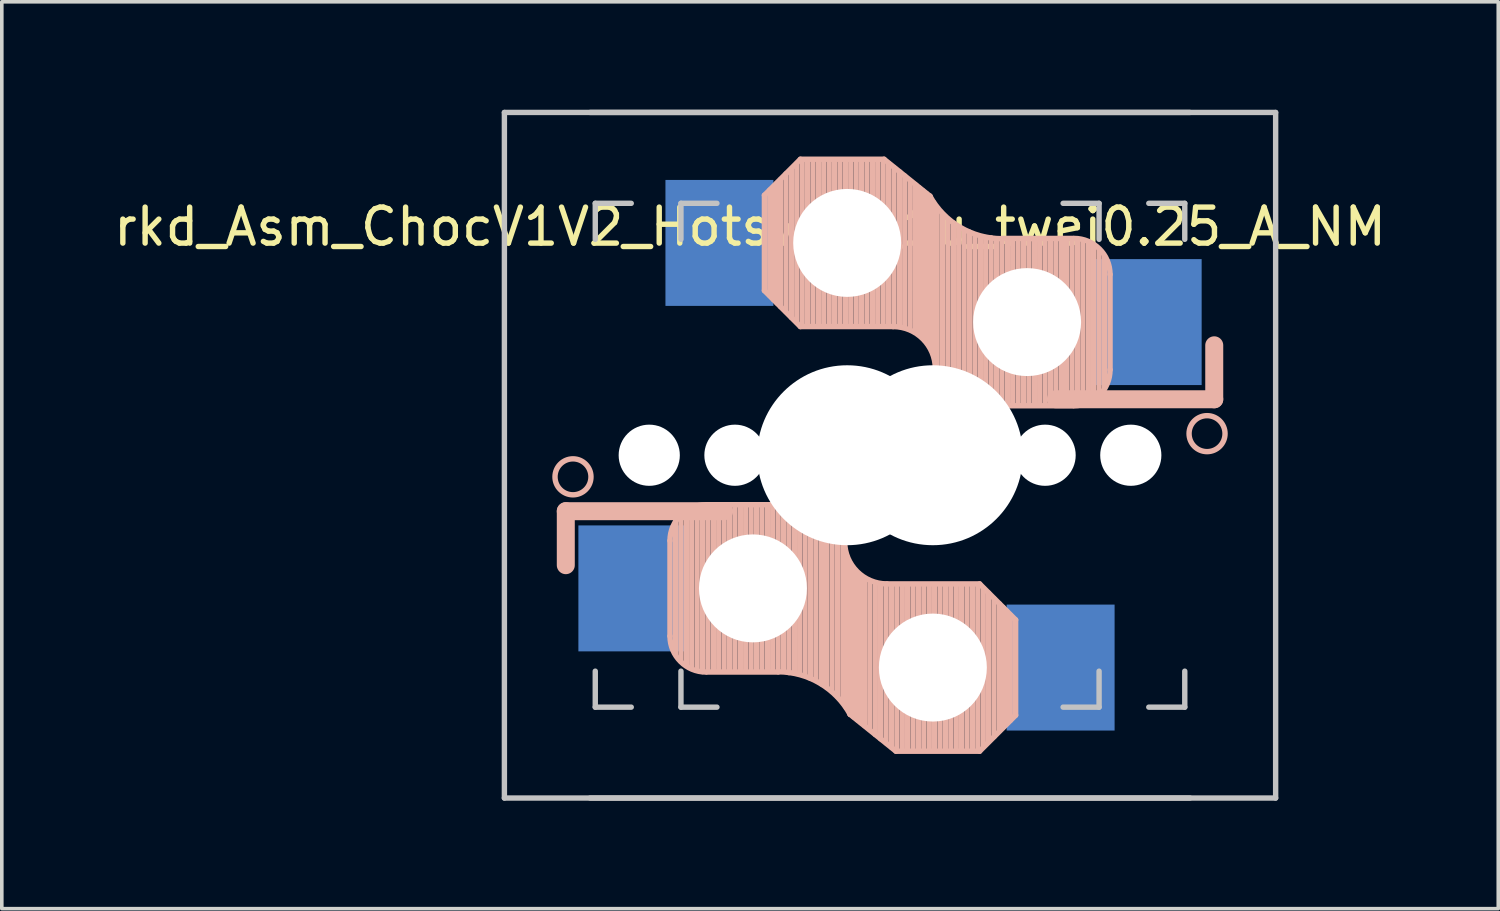
<source format=kicad_pcb>
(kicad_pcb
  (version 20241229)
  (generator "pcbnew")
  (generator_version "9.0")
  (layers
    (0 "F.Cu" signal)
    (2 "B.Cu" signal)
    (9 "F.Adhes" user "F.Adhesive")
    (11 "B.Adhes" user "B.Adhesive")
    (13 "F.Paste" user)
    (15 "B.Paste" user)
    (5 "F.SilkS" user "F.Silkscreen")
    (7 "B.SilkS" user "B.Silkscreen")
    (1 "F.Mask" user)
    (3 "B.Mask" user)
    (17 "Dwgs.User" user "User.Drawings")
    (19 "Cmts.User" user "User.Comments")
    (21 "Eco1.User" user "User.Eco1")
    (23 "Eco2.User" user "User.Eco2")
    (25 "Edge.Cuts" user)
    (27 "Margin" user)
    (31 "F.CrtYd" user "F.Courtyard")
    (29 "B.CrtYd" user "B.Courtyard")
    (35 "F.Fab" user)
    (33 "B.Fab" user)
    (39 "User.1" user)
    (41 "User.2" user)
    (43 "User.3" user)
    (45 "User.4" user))
  (footprint "rkd_Asm_ChocV1V2_Hotswap_1u_twei0.25_A_NM"
    (layer "F.Cu")
    (at 22.872 9.6)
    (property "Reference" "rkd_Asm_ChocV1V2_Hotswap_1u_twei0.25_A_NM" (at -5.08 -6.35 180) (layer "F.SilkS") (effects (font (size 1 1) (thickness 0.15))))
    (attr through_hole)
    (fp_line (start -10.2 1.555) (end -10.2 3.055) (stroke (width 0.5) (type default)) (layer "B.SilkS"))
    (fp_line (start -7.305 2.375) (end -7.305 5.025) (stroke (width 0.15) (type solid)) (layer "B.SilkS"))
    (fp_line (start -7.15 5.53) (end -7.15 1.85) (stroke (width 0.15) (type solid)) (layer "B.SilkS"))
    (fp_line (start -7 5.7) (end -7 1.73) (stroke (width 0.15) (type solid)) (layer "B.SilkS"))
    (fp_line (start -6.85 5.84) (end -6.85 1.7) (stroke (width 0.15) (type solid)) (layer "B.SilkS"))
    (fp_line (start -6.7 5.92) (end -6.7 1.8) (stroke (width 0.15) (type solid)) (layer "B.SilkS"))
    (fp_line (start -6.55 5.97) (end -6.55 1.65) (stroke (width 0.15) (type solid)) (layer "B.SilkS"))
    (fp_line (start -6.4 6.01) (end -6.4 1.5) (stroke (width 0.15) (type solid)) (layer "B.SilkS"))
    (fp_line (start -6.25 6) (end -6.25 1.4) (stroke (width 0.15) (type solid)) (layer "B.SilkS"))
    (fp_line (start -6.1 6) (end -6.1 1.4) (stroke (width 0.15) (type solid)) (layer "B.SilkS"))
    (fp_line (start -5.95 6) (end -5.95 1.4) (stroke (width 0.15) (type solid)) (layer "B.SilkS"))
    (fp_line (start -5.8 1.555) (end -10.2 1.555) (stroke (width 0.5) (type default)) (layer "B.SilkS"))
    (fp_line (start -5.8 6) (end -5.8 1.4) (stroke (width 0.15) (type solid)) (layer "B.SilkS"))
    (fp_line (start -5.65 6) (end -5.65 1.4) (stroke (width 0.15) (type solid)) (layer "B.SilkS"))
    (fp_line (start -5.5 6) (end -5.5 1.4) (stroke (width 0.15) (type solid)) (layer "B.SilkS"))
    (fp_line (start -5.35 6) (end -5.35 1.4) (stroke (width 0.15) (type solid)) (layer "B.SilkS"))
    (fp_line (start -5.2 6) (end -5.2 1.4) (stroke (width 0.15) (type solid)) (layer "B.SilkS"))
    (fp_line (start -5.05 6) (end -5.05 1.4) (stroke (width 0.15) (type solid)) (layer "B.SilkS"))
    (fp_line (start -4.9 6) (end -4.9 1.4) (stroke (width 0.15) (type solid)) (layer "B.SilkS"))
    (fp_line (start -4.75 6) (end -4.75 1.4) (stroke (width 0.15) (type solid)) (layer "B.SilkS"))
    (fp_line (start -4.681 -7.225) (end -3.681 -8.225) (stroke (width 0.15) (type solid)) (layer "B.SilkS"))
    (fp_line (start -4.681 -4.575) (end -4.681 -7.225) (stroke (width 0.15) (type solid)) (layer "B.SilkS"))
    (fp_line (start -4.681 -4.575) (end -3.681 -3.575) (stroke (width 0.15) (type solid)) (layer "B.SilkS"))
    (fp_line (start -4.6 6) (end -4.6 1.4) (stroke (width 0.15) (type solid)) (layer "B.SilkS"))
    (fp_line (start -4.531 -7.37) (end -4.531 -4.44) (stroke (width 0.15) (type solid)) (layer "B.SilkS"))
    (fp_line (start -4.45 6) (end -4.45 1.4) (stroke (width 0.15) (type solid)) (layer "B.SilkS"))
    (fp_line (start -4.431 -7.45) (end -4.431 -4.33) (stroke (width 0.15) (type solid)) (layer "B.SilkS"))
    (fp_line (start -4.331 -7.56) (end -4.331 -4.23) (stroke (width 0.15) (type solid)) (layer "B.SilkS"))
    (fp_line (start -4.3 6) (end -4.3 1.4) (stroke (width 0.15) (type solid)) (layer "B.SilkS"))
    (fp_line (start -4.3 6.025) (end -6.275 6.025) (stroke (width 0.15) (type solid)) (layer "B.SilkS"))
    (fp_line (start -4.231 -7.66) (end -4.231 -4.13) (stroke (width 0.15) (type solid)) (layer "B.SilkS"))
    (fp_line (start -4.15 6) (end -4.15 1.45) (stroke (width 0.15) (type solid)) (layer "B.SilkS"))
    (fp_line (start -4.081 -7.82) (end -4.081 -3.99) (stroke (width 0.15) (type solid)) (layer "B.SilkS"))
    (fp_line (start -4 6.04) (end -4 1.4) (stroke (width 0.15) (type solid)) (layer "B.SilkS"))
    (fp_line (start -3.931 -7.95) (end -3.931 -3.83) (stroke (width 0.15) (type solid)) (layer "B.SilkS"))
    (fp_line (start -3.85 6.05) (end -3.85 1.4) (stroke (width 0.15) (type solid)) (layer "B.SilkS"))
    (fp_line (start -3.781 -8.09) (end -3.781 -3.7) (stroke (width 0.15) (type solid)) (layer "B.SilkS"))
    (fp_line (start -3.7 6.05) (end -3.7 1.45) (stroke (width 0.15) (type solid)) (layer "B.SilkS"))
    (fp_line (start -3.681 -8.225) (end -1.356 -8.225) (stroke (width 0.15) (type solid)) (layer "B.SilkS"))
    (fp_line (start -3.681 -3.575) (end -1.106 -3.575) (stroke (width 0.15) (type solid)) (layer "B.SilkS"))
    (fp_line (start -3.631 -8.2) (end -3.631 -3.6) (stroke (width 0.15) (type solid)) (layer "B.SilkS"))
    (fp_line (start -3.55 6.1) (end -3.55 1.39) (stroke (width 0.15) (type solid)) (layer "B.SilkS"))
    (fp_line (start -3.481 -8.2) (end -3.481 -3.6) (stroke (width 0.15) (type solid)) (layer "B.SilkS"))
    (fp_line (start -3.4 6.2) (end -3.4 1.38) (stroke (width 0.15) (type solid)) (layer "B.SilkS"))
    (fp_line (start -3.331 -8.2) (end -3.331 -3.6) (stroke (width 0.15) (type solid)) (layer "B.SilkS"))
    (fp_line (start -3.311 1.375) (end -6.275 1.375) (stroke (width 0.15) (type solid)) (layer "B.SilkS"))
    (fp_line (start -3.25 6.25) (end -3.25 1.4) (stroke (width 0.15) (type solid)) (layer "B.SilkS"))
    (fp_line (start -3.181 -8.2) (end -3.181 -3.6) (stroke (width 0.15) (type solid)) (layer "B.SilkS"))
    (fp_line (start -3.1 6.35) (end -3.1 1.43) (stroke (width 0.15) (type solid)) (layer "B.SilkS"))
    (fp_line (start -3.031 -8.2) (end -3.031 -3.6) (stroke (width 0.15) (type solid)) (layer "B.SilkS"))
    (fp_line (start -2.95 6.45) (end -2.95 1.48) (stroke (width 0.15) (type solid)) (layer "B.SilkS"))
    (fp_line (start -2.881 -8.2) (end -2.881 -3.6) (stroke (width 0.15) (type solid)) (layer "B.SilkS"))
    (fp_line (start -2.8 6.55) (end -2.8 1.56) (stroke (width 0.15) (type solid)) (layer "B.SilkS"))
    (fp_line (start -2.731 -8.2) (end -2.731 -3.6) (stroke (width 0.15) (type solid)) (layer "B.SilkS"))
    (fp_line (start -2.65 6.7) (end -2.65 1.75) (stroke (width 0.15) (type solid)) (layer "B.SilkS"))
    (fp_line (start -2.581 -8.2) (end -2.581 -3.6) (stroke (width 0.15) (type solid)) (layer "B.SilkS"))
    (fp_line (start -2.5 6.85) (end -2.5 1.95) (stroke (width 0.15) (type solid)) (layer "B.SilkS"))
    (fp_line (start -2.45 2.4) (end -2.45 2.077) (stroke (width 0.15) (type default)) (layer "B.SilkS"))
    (fp_line (start -2.431 -8.2) (end -2.431 -3.6) (stroke (width 0.15) (type solid)) (layer "B.SilkS"))
    (fp_line (start -2.4 7.02) (end -2.4 2.9) (stroke (width 0.15) (type solid)) (layer "B.SilkS"))
    (fp_line (start -2.3 7.2) (end -2.3 3.05) (stroke (width 0.15) (type solid)) (layer "B.SilkS"))
    (fp_line (start -2.3 7.2) (end -1.025 8.225) (stroke (width 0.15) (type solid)) (layer "B.SilkS"))
    (fp_line (start -2.281 -8.2) (end -2.281 -3.6) (stroke (width 0.15) (type solid)) (layer "B.SilkS"))
    (fp_line (start -2.2 7.27) (end -2.2 3.25) (stroke (width 0.15) (type solid)) (layer "B.SilkS"))
    (fp_line (start -2.131 -8.2) (end -2.131 -3.6) (stroke (width 0.15) (type solid)) (layer "B.SilkS"))
    (fp_line (start -2.1 7.35) (end -2.1 3.35) (stroke (width 0.15) (type solid)) (layer "B.SilkS"))
    (fp_line (start -2 7.43) (end -2 3.4) (stroke (width 0.15) (type solid)) (layer "B.SilkS"))
    (fp_line (start -1.981 -8.2) (end -1.981 -3.6) (stroke (width 0.15) (type solid)) (layer "B.SilkS"))
    (fp_line (start -1.89 7.52) (end -1.9 3.45) (stroke (width 0.15) (type solid)) (layer "B.SilkS"))
    (fp_line (start -1.831 -8.2) (end -1.831 -3.6) (stroke (width 0.15) (type solid)) (layer "B.SilkS"))
    (fp_line (start -1.75 7.62) (end -1.75 3.5) (stroke (width 0.15) (type solid)) (layer "B.SilkS"))
    (fp_line (start -1.681 -8.2) (end -1.681 -3.6) (stroke (width 0.15) (type solid)) (layer "B.SilkS"))
    (fp_line (start -1.6 7.76) (end -1.6 3.6) (stroke (width 0.15) (type solid)) (layer "B.SilkS"))
    (fp_line (start -1.531 -8.2) (end -1.531 -3.6) (stroke (width 0.15) (type solid)) (layer "B.SilkS"))
    (fp_line (start -1.45 7.88) (end -1.45 3.6) (stroke (width 0.15) (type solid)) (layer "B.SilkS"))
    (fp_line (start -1.381 -8.2) (end -1.381 -3.6) (stroke (width 0.15) (type solid)) (layer "B.SilkS"))
    (fp_line (start -1.3 7.99) (end -1.3 3.6) (stroke (width 0.15) (type solid)) (layer "B.SilkS"))
    (fp_line (start -1.231 -8.11) (end -1.231 -3.65) (stroke (width 0.15) (type solid)) (layer "B.SilkS"))
    (fp_line (start -1.15 8.11) (end -1.15 3.65) (stroke (width 0.15) (type solid)) (layer "B.SilkS"))
    (fp_line (start -1.081 -7.99) (end -1.081 -3.6) (stroke (width 0.15) (type solid)) (layer "B.SilkS"))
    (fp_line (start -1 8.2) (end -1 3.6) (stroke (width 0.15) (type solid)) (layer "B.SilkS"))
    (fp_line (start -0.931 -7.88) (end -0.931 -3.6) (stroke (width 0.15) (type solid)) (layer "B.SilkS"))
    (fp_line (start -0.85 8.2) (end -0.85 3.6) (stroke (width 0.15) (type solid)) (layer "B.SilkS"))
    (fp_line (start -0.781 -7.76) (end -0.781 -3.6) (stroke (width 0.15) (type solid)) (layer "B.SilkS"))
    (fp_line (start -0.7 8.2) (end -0.7 3.6) (stroke (width 0.15) (type solid)) (layer "B.SilkS"))
    (fp_line (start -0.631 -7.62) (end -0.631 -3.5) (stroke (width 0.15) (type solid)) (layer "B.SilkS"))
    (fp_line (start -0.55 8.2) (end -0.55 3.6) (stroke (width 0.15) (type solid)) (layer "B.SilkS"))
    (fp_line (start -0.491 -7.52) (end -0.481 -3.45) (stroke (width 0.15) (type solid)) (layer "B.SilkS"))
    (fp_line (start -0.4 8.2) (end -0.4 3.6) (stroke (width 0.15) (type solid)) (layer "B.SilkS"))
    (fp_line (start -0.381 -7.43) (end -0.381 -3.4) (stroke (width 0.15) (type solid)) (layer "B.SilkS"))
    (fp_line (start -0.281 -7.35) (end -0.281 -3.35) (stroke (width 0.15) (type solid)) (layer "B.SilkS"))
    (fp_line (start -0.25 8.2) (end -0.25 3.6) (stroke (width 0.15) (type solid)) (layer "B.SilkS"))
    (fp_line (start -0.181 -7.27) (end -0.181 -3.25) (stroke (width 0.15) (type solid)) (layer "B.SilkS"))
    (fp_line (start -0.1 8.2) (end -0.1 3.6) (stroke (width 0.15) (type solid)) (layer "B.SilkS"))
    (fp_line (start -0.081 -7.2) (end -1.356 -8.225) (stroke (width 0.15) (type solid)) (layer "B.SilkS"))
    (fp_line (start -0.081 -7.2) (end -0.081 -3.05) (stroke (width 0.15) (type solid)) (layer "B.SilkS"))
    (fp_line (start 0.019 -7.02) (end 0.019 -2.9) (stroke (width 0.15) (type solid)) (layer "B.SilkS"))
    (fp_line (start 0.05 8.2) (end 0.05 3.6) (stroke (width 0.15) (type solid)) (layer "B.SilkS"))
    (fp_line (start 0.069 -2.4) (end 0.069 -2.077) (stroke (width 0.15) (type default)) (layer "B.SilkS"))
    (fp_line (start 0.119 -6.85) (end 0.119 -1.95) (stroke (width 0.15) (type solid)) (layer "B.SilkS"))
    (fp_line (start 0.2 8.2) (end 0.2 3.6) (stroke (width 0.15) (type solid)) (layer "B.SilkS"))
    (fp_line (start 0.269 -6.7) (end 0.269 -1.75) (stroke (width 0.15) (type solid)) (layer "B.SilkS"))
    (fp_line (start 0.35 8.2) (end 0.35 3.6) (stroke (width 0.15) (type solid)) (layer "B.SilkS"))
    (fp_line (start 0.419 -6.55) (end 0.419 -1.56) (stroke (width 0.15) (type solid)) (layer "B.SilkS"))
    (fp_line (start 0.5 8.2) (end 0.5 3.6) (stroke (width 0.15) (type solid)) (layer "B.SilkS"))
    (fp_line (start 0.569 -6.45) (end 0.569 -1.48) (stroke (width 0.15) (type solid)) (layer "B.SilkS"))
    (fp_line (start 0.65 8.2) (end 0.65 3.6) (stroke (width 0.15) (type solid)) (layer "B.SilkS"))
    (fp_line (start 0.719 -6.35) (end 0.719 -1.43) (stroke (width 0.15) (type solid)) (layer "B.SilkS"))
    (fp_line (start 0.8 8.2) (end 0.8 3.6) (stroke (width 0.15) (type solid)) (layer "B.SilkS"))
    (fp_line (start 0.869 -6.25) (end 0.869 -1.4) (stroke (width 0.15) (type solid)) (layer "B.SilkS"))
    (fp_line (start 0.93 -1.375) (end 3.894 -1.375) (stroke (width 0.15) (type solid)) (layer "B.SilkS"))
    (fp_line (start 0.95 8.2) (end 0.95 3.6) (stroke (width 0.15) (type solid)) (layer "B.SilkS"))
    (fp_line (start 1.019 -6.2) (end 1.019 -1.38) (stroke (width 0.15) (type solid)) (layer "B.SilkS"))
    (fp_line (start 1.1 8.2) (end 1.1 3.6) (stroke (width 0.15) (type solid)) (layer "B.SilkS"))
    (fp_line (start 1.169 -6.1) (end 1.169 -1.39) (stroke (width 0.15) (type solid)) (layer "B.SilkS"))
    (fp_line (start 1.25 8.2) (end 1.25 3.6) (stroke (width 0.15) (type solid)) (layer "B.SilkS"))
    (fp_line (start 1.3 3.575) (end -1.275 3.575) (stroke (width 0.15) (type solid)) (layer "B.SilkS"))
    (fp_line (start 1.3 8.225) (end -1.025 8.225) (stroke (width 0.15) (type solid)) (layer "B.SilkS"))
    (fp_line (start 1.319 -6.05) (end 1.319 -1.45) (stroke (width 0.15) (type solid)) (layer "B.SilkS"))
    (fp_line (start 1.4 8.09) (end 1.4 3.7) (stroke (width 0.15) (type solid)) (layer "B.SilkS"))
    (fp_line (start 1.469 -6.05) (end 1.469 -1.4) (stroke (width 0.15) (type solid)) (layer "B.SilkS"))
    (fp_line (start 1.55 7.95) (end 1.55 3.83) (stroke (width 0.15) (type solid)) (layer "B.SilkS"))
    (fp_line (start 1.619 -6.04) (end 1.619 -1.4) (stroke (width 0.15) (type solid)) (layer "B.SilkS"))
    (fp_line (start 1.7 7.82) (end 1.7 3.99) (stroke (width 0.15) (type solid)) (layer "B.SilkS"))
    (fp_line (start 1.769 -6) (end 1.769 -1.45) (stroke (width 0.15) (type solid)) (layer "B.SilkS"))
    (fp_line (start 1.85 7.66) (end 1.85 4.13) (stroke (width 0.15) (type solid)) (layer "B.SilkS"))
    (fp_line (start 1.919 -6.025) (end 3.894 -6.025) (stroke (width 0.15) (type solid)) (layer "B.SilkS"))
    (fp_line (start 1.919 -6) (end 1.919 -1.4) (stroke (width 0.15) (type solid)) (layer "B.SilkS"))
    (fp_line (start 1.95 7.56) (end 1.95 4.23) (stroke (width 0.15) (type solid)) (layer "B.SilkS"))
    (fp_line (start 2.05 7.45) (end 2.05 4.33) (stroke (width 0.15) (type solid)) (layer "B.SilkS"))
    (fp_line (start 2.069 -6) (end 2.069 -1.4) (stroke (width 0.15) (type solid)) (layer "B.SilkS"))
    (fp_line (start 2.15 7.37) (end 2.15 4.44) (stroke (width 0.15) (type solid)) (layer "B.SilkS"))
    (fp_line (start 2.219 -6) (end 2.219 -1.4) (stroke (width 0.15) (type solid)) (layer "B.SilkS"))
    (fp_line (start 2.3 4.575) (end 1.3 3.575) (stroke (width 0.15) (type solid)) (layer "B.SilkS"))
    (fp_line (start 2.3 4.575) (end 2.3 7.225) (stroke (width 0.15) (type solid)) (layer "B.SilkS"))
    (fp_line (start 2.3 7.225) (end 1.3 8.225) (stroke (width 0.15) (type solid)) (layer "B.SilkS"))
    (fp_line (start 2.369 -6) (end 2.369 -1.4) (stroke (width 0.15) (type solid)) (layer "B.SilkS"))
    (fp_line (start 2.519 -6) (end 2.519 -1.4) (stroke (width 0.15) (type solid)) (layer "B.SilkS"))
    (fp_line (start 2.669 -6) (end 2.669 -1.4) (stroke (width 0.15) (type solid)) (layer "B.SilkS"))
    (fp_line (start 2.819 -6) (end 2.819 -1.4) (stroke (width 0.15) (type solid)) (layer "B.SilkS"))
    (fp_line (start 2.969 -6) (end 2.969 -1.4) (stroke (width 0.15) (type solid)) (layer "B.SilkS"))
    (fp_line (start 3.119 -6) (end 3.119 -1.4) (stroke (width 0.15) (type solid)) (layer "B.SilkS"))
    (fp_line (start 3.269 -6) (end 3.269 -1.4) (stroke (width 0.15) (type solid)) (layer "B.SilkS"))
    (fp_line (start 3.419 -6) (end 3.419 -1.4) (stroke (width 0.15) (type solid)) (layer "B.SilkS"))
    (fp_line (start 3.419 -1.555) (end 7.819 -1.555) (stroke (width 0.5) (type default)) (layer "B.SilkS"))
    (fp_line (start 3.569 -6) (end 3.569 -1.4) (stroke (width 0.15) (type solid)) (layer "B.SilkS"))
    (fp_line (start 3.719 -6) (end 3.719 -1.4) (stroke (width 0.15) (type solid)) (layer "B.SilkS"))
    (fp_line (start 3.869 -6) (end 3.869 -1.4) (stroke (width 0.15) (type solid)) (layer "B.SilkS"))
    (fp_line (start 4.019 -6.01) (end 4.019 -1.5) (stroke (width 0.15) (type solid)) (layer "B.SilkS"))
    (fp_line (start 4.169 -5.97) (end 4.169 -1.65) (stroke (width 0.15) (type solid)) (layer "B.SilkS"))
    (fp_line (start 4.319 -5.92) (end 4.319 -1.8) (stroke (width 0.15) (type solid)) (layer "B.SilkS"))
    (fp_line (start 4.469 -5.84) (end 4.469 -1.7) (stroke (width 0.15) (type solid)) (layer "B.SilkS"))
    (fp_line (start 4.619 -5.7) (end 4.619 -1.73) (stroke (width 0.15) (type solid)) (layer "B.SilkS"))
    (fp_line (start 4.769 -5.53) (end 4.769 -1.85) (stroke (width 0.15) (type solid)) (layer "B.SilkS"))
    (fp_line (start 4.924 -2.375) (end 4.924 -5.025) (stroke (width 0.15) (type solid)) (layer "B.SilkS"))
    (fp_line (start 7.819 -1.555) (end 7.819 -3.055) (stroke (width 0.5) (type default)) (layer "B.SilkS"))
    (fp_arc (start -7.305 2.375) (mid -7.012107 1.667893) (end -6.305 1.375) (stroke (width 0.15) (type solid)) (layer "B.SilkS"))
    (fp_arc (start -6.305 6.025) (mid -7.012107 5.732107) (end -7.305 5.025) (stroke (width 0.15) (type solid)) (layer "B.SilkS"))
    (fp_arc (start -4.3 6.017458) (mid -3.138277 6.335211) (end -2.3 7.2) (stroke (width 0.15) (type solid)) (layer "B.SilkS"))
    (fp_arc (start -3.311204 1.375) (mid -2.763915 1.58277) (end -2.45 2.076887) (stroke (width 0.15) (type solid)) (layer "B.SilkS"))
    (fp_arc (start -1.275 3.575) (mid -2.10585 3.23085) (end -2.45 2.4) (stroke (width 0.15) (type solid)) (layer "B.SilkS"))
    (fp_arc (start -1.10625 -3.575) (mid -0.2754 -3.23085) (end 0.06875 -2.4) (stroke (width 0.15) (type solid)) (layer "B.SilkS"))
    (fp_arc (start 0.929954 -1.375) (mid 0.382665 -1.58277) (end 0.06875 -2.076887) (stroke (width 0.15) (type solid)) (layer "B.SilkS"))
    (fp_arc (start 1.91875 -6.017458) (mid 0.757027 -6.335211) (end -0.08125 -7.2) (stroke (width 0.15) (type solid)) (layer "B.SilkS"))
    (fp_arc (start 3.92375 -6.025) (mid 4.630857 -5.732107) (end 4.92375 -5.025) (stroke (width 0.15) (type solid)) (layer "B.SilkS"))
    (fp_arc (start 4.92375 -2.375) (mid 4.630857 -1.667893) (end 3.92375 -1.375) (stroke (width 0.15) (type solid)) (layer "B.SilkS"))
    (fp_circle (center -10 0.6) (end -9.5 0.6) (stroke (width 0.15) (type default)) (fill no) (layer "B.SilkS"))
    (fp_circle (center 7.619 -0.6) (end 7.119 -0.6) (stroke (width 0.15) (type default)) (fill no) (layer "B.SilkS"))
    (fp_line (start -11.906 -9.525) (end 7.144 -9.525) (stroke (width 0.15) (type solid)) (layer "Dwgs.User"))
    (fp_line (start -11.906 9.525) (end -11.906 -9.525) (stroke (width 0.15) (type solid)) (layer "Dwgs.User"))
    (fp_line (start -9.525 -9.525) (end 9.525 -9.525) (stroke (width 0.15) (type solid)) (layer "Dwgs.User"))
    (fp_line (start -9.381 -7) (end -9.381 -6) (stroke (width 0.15) (type solid)) (layer "Dwgs.User"))
    (fp_line (start -9.381 6) (end -9.381 7) (stroke (width 0.15) (type solid)) (layer "Dwgs.User"))
    (fp_line (start -9.381 7) (end -8.381 7) (stroke (width 0.15) (type solid)) (layer "Dwgs.User"))
    (fp_line (start -8.381 -7) (end -9.381 -7) (stroke (width 0.15) (type solid)) (layer "Dwgs.User"))
    (fp_line (start -7 -7) (end -6 -7) (stroke (width 0.15) (type solid)) (layer "Dwgs.User"))
    (fp_line (start -7 -6) (end -7 -7) (stroke (width 0.15) (type solid)) (layer "Dwgs.User"))
    (fp_line (start -7 7) (end -7 6) (stroke (width 0.15) (type solid)) (layer "Dwgs.User"))
    (fp_line (start -6 7) (end -7 7) (stroke (width 0.15) (type solid)) (layer "Dwgs.User"))
    (fp_line (start 3.619 -7) (end 4.619 -7) (stroke (width 0.15) (type solid)) (layer "Dwgs.User"))
    (fp_line (start 4.619 -7) (end 4.619 -6) (stroke (width 0.15) (type solid)) (layer "Dwgs.User"))
    (fp_line (start 4.619 6) (end 4.619 7) (stroke (width 0.15) (type solid)) (layer "Dwgs.User"))
    (fp_line (start 4.619 7) (end 3.619 7) (stroke (width 0.15) (type solid)) (layer "Dwgs.User"))
    (fp_line (start 6 7) (end 7 7) (stroke (width 0.15) (type solid)) (layer "Dwgs.User"))
    (fp_line (start 7 -7) (end 6 -7) (stroke (width 0.15) (type solid)) (layer "Dwgs.User"))
    (fp_line (start 7 -6) (end 7 -7) (stroke (width 0.15) (type solid)) (layer "Dwgs.User"))
    (fp_line (start 7 7) (end 7 6) (stroke (width 0.15) (type solid)) (layer "Dwgs.User"))
    (fp_line (start 7.144 9.525) (end -11.906 9.525) (stroke (width 0.15) (type solid)) (layer "Dwgs.User"))
    (fp_line (start 9.525 -9.525) (end 9.525 9.525) (stroke (width 0.15) (type solid)) (layer "Dwgs.User"))
    (fp_line (start 9.525 9.525) (end -9.525 9.525) (stroke (width 0.15) (type solid)) (layer "Dwgs.User"))
    (pad "" np_thru_hole circle (at -7.881 0 180) (size 1.7 1.7) (drill 1.7) (layers "*.Cu" "*.Mask"))
    (pad "" np_thru_hole circle (at -5.5 0) (size 1.7 1.7) (drill 1.7) (layers "*.Cu" "*.Mask"))
    (pad "" np_thru_hole circle (at -5 3.7 90) (size 3 3) (drill 3) (layers "*.Cu" "*.Mask"))
    (pad "" np_thru_hole circle (at -2.381 -5.9 270) (size 3 3) (drill 3) (layers "*.Cu" "*.Mask"))
    (pad "" np_thru_hole circle (at -2.381 0 270) (size 5 5) (drill 5) (layers "*.Cu" "*.Mask"))
    (pad "" np_thru_hole circle (at 0 0 90) (size 5 5) (drill 5) (layers "*.Cu" "*.Mask"))
    (pad "" np_thru_hole circle (at 0 5.9 90) (size 3 3) (drill 3) (layers "*.Cu" "*.Mask"))
    (pad "" np_thru_hole circle (at 2.619 -3.7 270) (size 3 3) (drill 3) (layers "*.Cu" "*.Mask"))
    (pad "" np_thru_hole circle (at 3.119 0 180) (size 1.7 1.7) (drill 1.7) (layers "*.Cu" "*.Mask"))
    (pad "" np_thru_hole circle (at 5.5 0) (size 1.7 1.7) (drill 1.7) (layers "*.Cu" "*.Mask"))
    (pad "1" smd rect (at -8.35 3.7 180) (size 3 3.5) (layers "B.Cu" "B.Mask" "B.Paste"))
    (pad "1" smd rect (at -5.931 -5.9) (size 3 3.5) (layers "B.Cu" "B.Mask" "B.Paste"))
    (pad "2" smd rect (at 3.55 5.9 180) (size 3 3.5) (layers "B.Cu" "B.Mask" "B.Paste"))
    (pad "2" smd rect (at 5.969 -3.7) (size 3 3.5) (layers "B.Cu" "B.Mask" "B.Paste")))
  (gr_rect
    (start -3 -3)
    (end 38.583 22.2)
    (stroke (width 0.1) (type default))
    (fill no)
    (layer "Edge.Cuts")))
</source>
